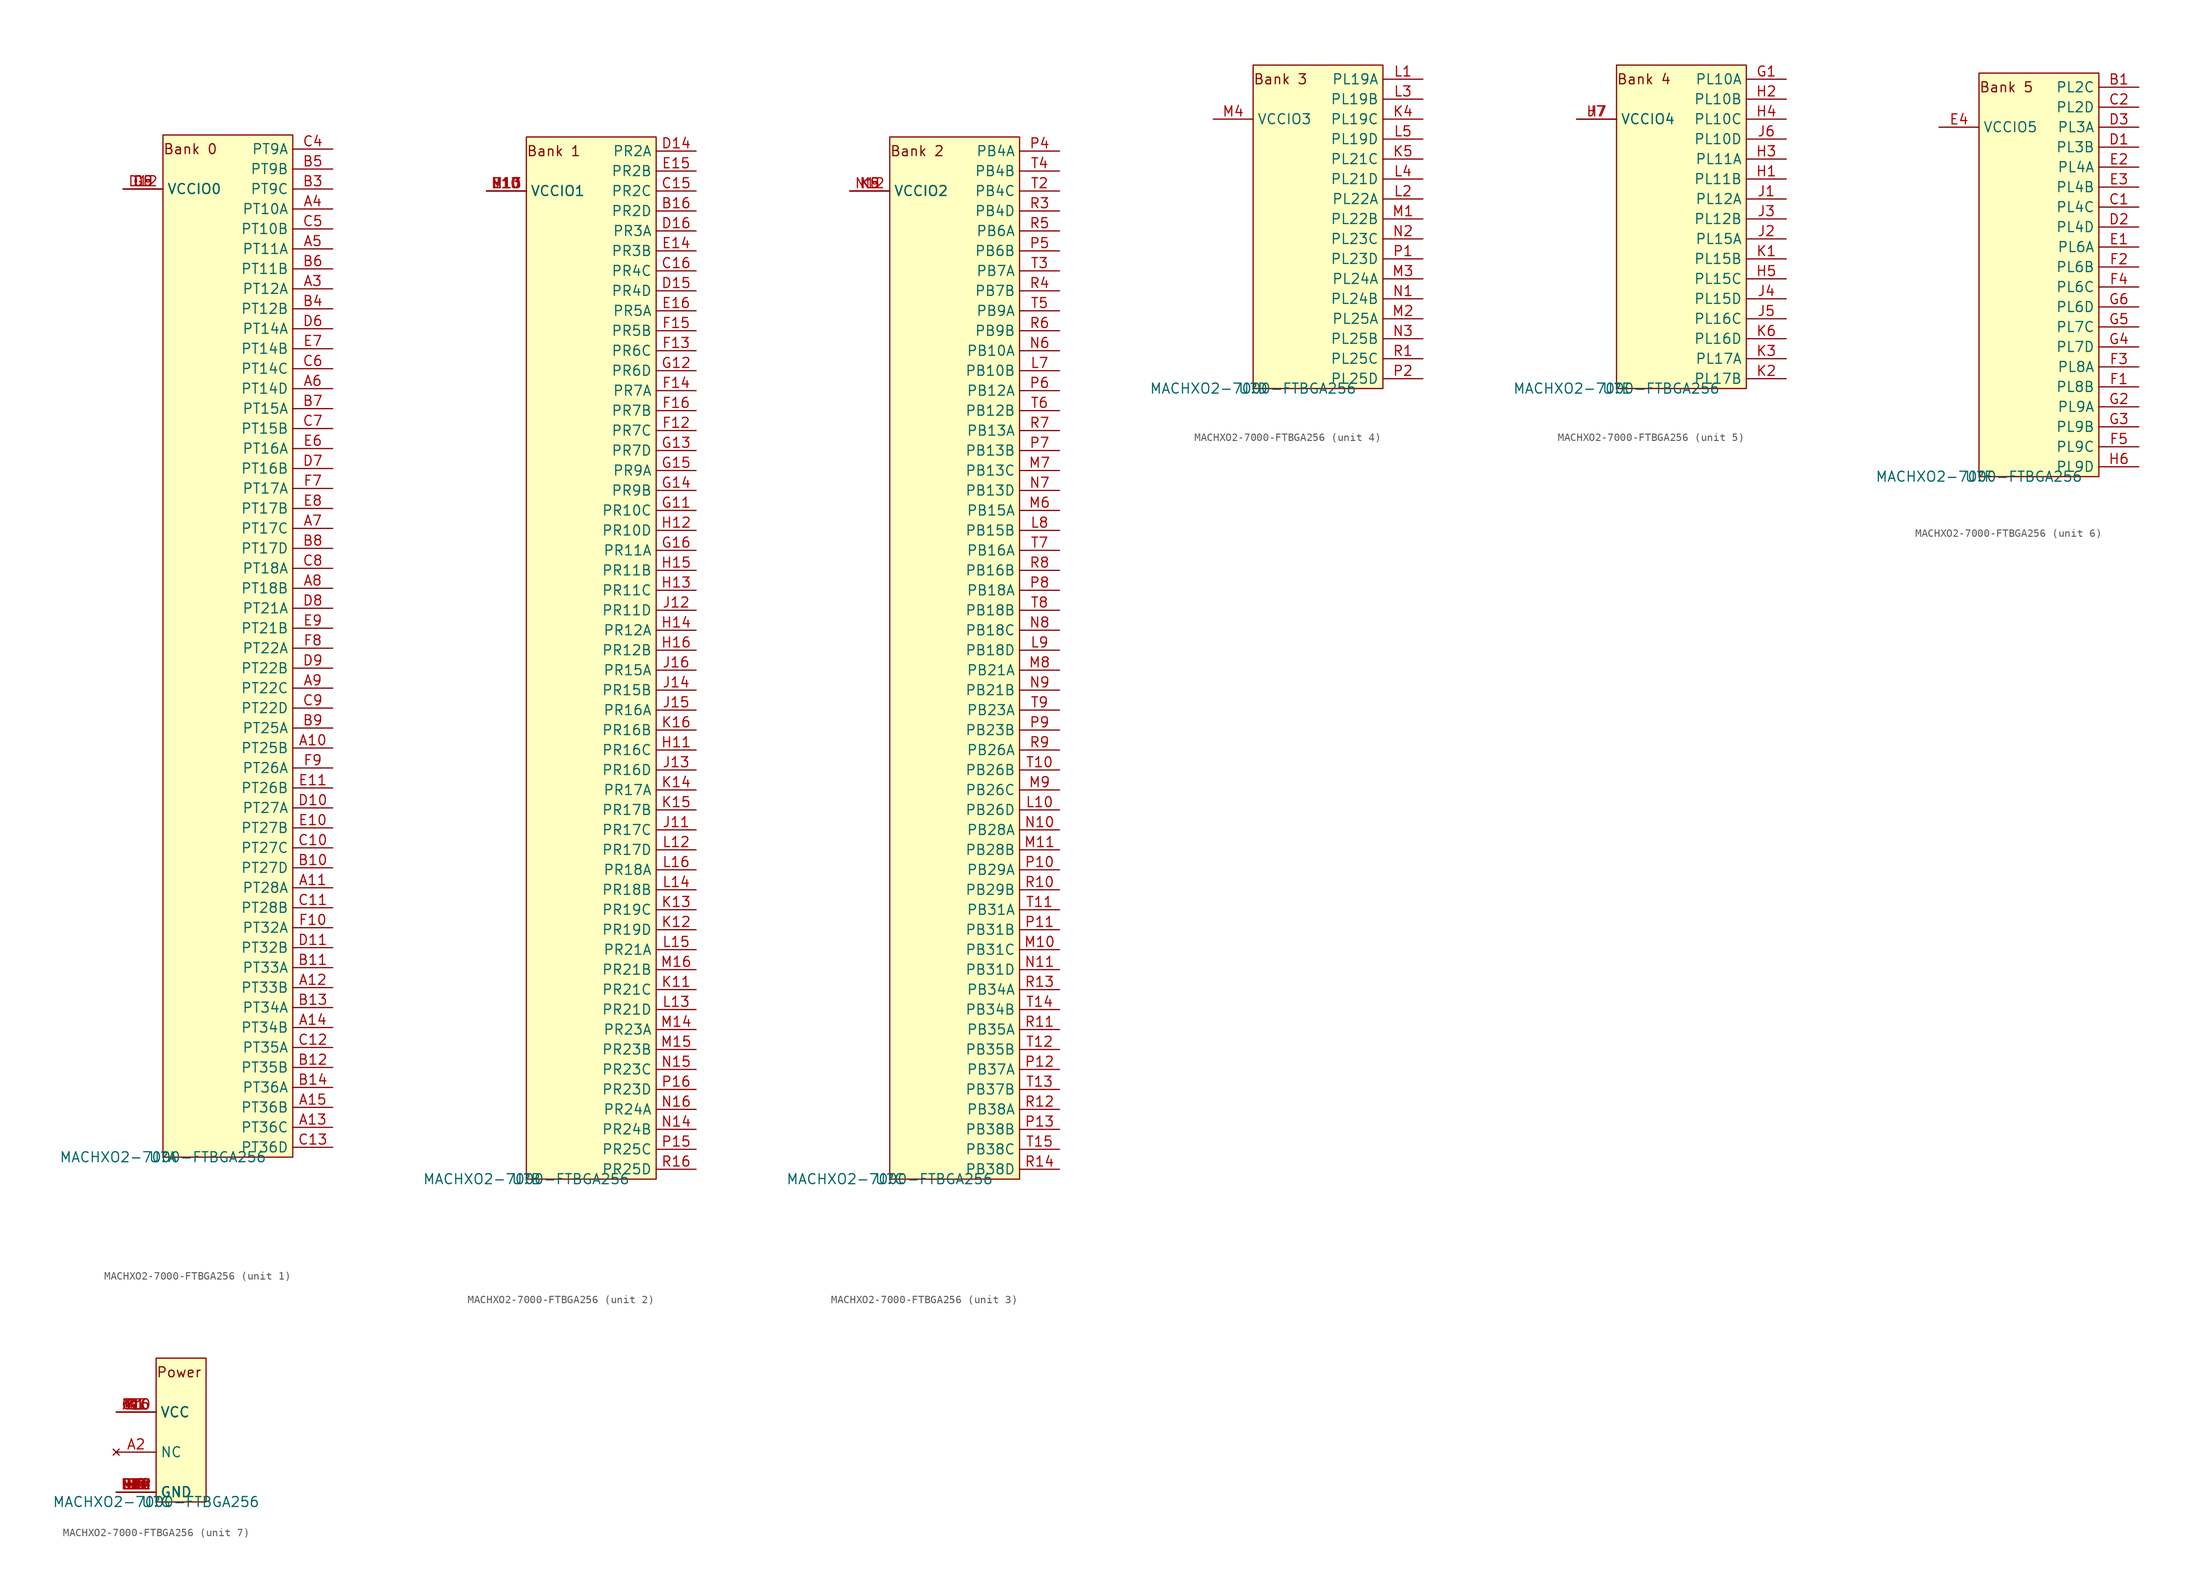
<source format=kicad_sym>
(kicad_symbol_lib
  (version 20211014)
  (generator kicad_symbol_editor)
  (symbol "MACHXO2-7000-FTBGA256"
    (property "Reference" "U"
      (at 0 0 0)
      (effects (font (size 1.27 1.27))))
    (property "Value" "MACHXO2-7000-FTBGA256"
      (at 0 0 0)
      (effects (font (size 1.27 1.27))))
    (property "ki_locked" ""
      (at 0 0 0)
      (effects (font (size 1.27 1.27))))
    (symbol "MACHXO2-7000-FTBGA256_1_0"
      (pin power_in line (at -5.08 123.174 0) (length 5.08) (name "VCCIO0" (effects (font (size 1.27 1.27)))) (number "D5" (effects (font (size 1.27 1.27)))))
      (pin power_in line (at -5.08 123.174 0) (length 5.08) (name "VCCIO0" (effects (font (size 1.27 1.27)))) (number "G8" (effects (font (size 1.27 1.27)))))
      (pin power_in line (at -5.08 123.174 0) (length 5.08) (name "VCCIO0" (effects (font (size 1.27 1.27)))) (number "D12" (effects (font (size 1.27 1.27)))))
      (pin power_in line (at -5.08 123.174 0) (length 5.08) (name "VCCIO0" (effects (font (size 1.27 1.27)))) (number "G9" (effects (font (size 1.27 1.27)))))
      (pin bidirectional line (at 21.59 128.254 180) (length 5.08) (name "PT9A" (effects (font (size 1.27 1.27)))) (number "C4" (effects (font (size 1.27 1.27)))))
      (pin bidirectional line (at 21.59 125.714 180) (length 5.08) (name "PT9B" (effects (font (size 1.27 1.27)))) (number "B5" (effects (font (size 1.27 1.27)))))
      (pin bidirectional line (at 21.59 123.174 180) (length 5.08) (name "PT9C" (effects (font (size 1.27 1.27)))) (number "B3" (effects (font (size 1.27 1.27)))))
      (pin bidirectional line (at 21.59 120.634 180) (length 5.08) (name "PT10A" (effects (font (size 1.27 1.27)))) (number "A4" (effects (font (size 1.27 1.27)))))
      (pin bidirectional line (at 21.59 118.094 180) (length 5.08) (name "PT10B" (effects (font (size 1.27 1.27)))) (number "C5" (effects (font (size 1.27 1.27)))))
      (pin bidirectional line (at 21.59 115.554 180) (length 5.08) (name "PT11A" (effects (font (size 1.27 1.27)))) (number "A5" (effects (font (size 1.27 1.27)))))
      (pin bidirectional line (at 21.59 113.014 180) (length 5.08) (name "PT11B" (effects (font (size 1.27 1.27)))) (number "B6" (effects (font (size 1.27 1.27)))))
      (pin bidirectional line (at 21.59 110.474 180) (length 5.08) (name "PT12A" (effects (font (size 1.27 1.27)))) (number "A3" (effects (font (size 1.27 1.27)))))
      (pin bidirectional line (at 21.59 107.934 180) (length 5.08) (name "PT12B" (effects (font (size 1.27 1.27)))) (number "B4" (effects (font (size 1.27 1.27)))))
      (pin bidirectional line (at 21.59 105.394 180) (length 5.08) (name "PT14A" (effects (font (size 1.27 1.27)))) (number "D6" (effects (font (size 1.27 1.27)))))
      (pin bidirectional line (at 21.59 102.854 180) (length 5.08) (name "PT14B" (effects (font (size 1.27 1.27)))) (number "E7" (effects (font (size 1.27 1.27)))))
      (pin bidirectional line (at 21.59 100.314 180) (length 5.08) (name "PT14C" (effects (font (size 1.27 1.27)))) (number "C6" (effects (font (size 1.27 1.27)))))
      (pin bidirectional line (at 21.59 97.774 180) (length 5.08) (name "PT14D" (effects (font (size 1.27 1.27)))) (number "A6" (effects (font (size 1.27 1.27)))))
      (pin bidirectional line (at 21.59 95.234 180) (length 5.08) (name "PT15A" (effects (font (size 1.27 1.27)))) (number "B7" (effects (font (size 1.27 1.27)))))
      (pin bidirectional line (at 21.59 92.694 180) (length 5.08) (name "PT15B" (effects (font (size 1.27 1.27)))) (number "C7" (effects (font (size 1.27 1.27)))))
      (pin bidirectional line (at 21.59 90.154 180) (length 5.08) (name "PT16A" (effects (font (size 1.27 1.27)))) (number "E6" (effects (font (size 1.27 1.27)))))
      (pin bidirectional line (at 21.59 87.614 180) (length 5.08) (name "PT16B" (effects (font (size 1.27 1.27)))) (number "D7" (effects (font (size 1.27 1.27)))))
      (pin bidirectional line (at 21.59 85.074 180) (length 5.08) (name "PT17A" (effects (font (size 1.27 1.27)))) (number "F7" (effects (font (size 1.27 1.27)))))
      (pin bidirectional line (at 21.59 82.534 180) (length 5.08) (name "PT17B" (effects (font (size 1.27 1.27)))) (number "E8" (effects (font (size 1.27 1.27)))))
      (pin bidirectional line (at 21.59 79.994 180) (length 5.08) (name "PT17C" (effects (font (size 1.27 1.27)))) (number "A7" (effects (font (size 1.27 1.27)))))
      (pin bidirectional line (at 21.59 77.454 180) (length 5.08) (name "PT17D" (effects (font (size 1.27 1.27)))) (number "B8" (effects (font (size 1.27 1.27)))))
      (pin bidirectional line (at 21.59 74.914 180) (length 5.08) (name "PT18A" (effects (font (size 1.27 1.27)))) (number "C8" (effects (font (size 1.27 1.27)))))
      (pin bidirectional line (at 21.59 72.374 180) (length 5.08) (name "PT18B" (effects (font (size 1.27 1.27)))) (number "A8" (effects (font (size 1.27 1.27)))))
      (pin bidirectional line (at 21.59 69.834 180) (length 5.08) (name "PT21A" (effects (font (size 1.27 1.27)))) (number "D8" (effects (font (size 1.27 1.27)))))
      (pin bidirectional line (at 21.59 67.294 180) (length 5.08) (name "PT21B" (effects (font (size 1.27 1.27)))) (number "E9" (effects (font (size 1.27 1.27)))))
      (pin bidirectional line (at 21.59 64.754 180) (length 5.08) (name "PT22A" (effects (font (size 1.27 1.27)))) (number "F8" (effects (font (size 1.27 1.27)))))
      (pin bidirectional line (at 21.59 62.214 180) (length 5.08) (name "PT22B" (effects (font (size 1.27 1.27)))) (number "D9" (effects (font (size 1.27 1.27)))))
      (pin bidirectional line (at 21.59 59.674 180) (length 5.08) (name "PT22C" (effects (font (size 1.27 1.27)))) (number "A9" (effects (font (size 1.27 1.27)))))
      (pin bidirectional line (at 21.59 57.134 180) (length 5.08) (name "PT22D" (effects (font (size 1.27 1.27)))) (number "C9" (effects (font (size 1.27 1.27)))))
      (pin bidirectional line (at 21.59 54.594 180) (length 5.08) (name "PT25A" (effects (font (size 1.27 1.27)))) (number "B9" (effects (font (size 1.27 1.27)))))
      (pin bidirectional line (at 21.59 52.054 180) (length 5.08) (name "PT25B" (effects (font (size 1.27 1.27)))) (number "A10" (effects (font (size 1.27 1.27)))))
      (pin bidirectional line (at 21.59 49.514 180) (length 5.08) (name "PT26A" (effects (font (size 1.27 1.27)))) (number "F9" (effects (font (size 1.27 1.27)))))
      (pin bidirectional line (at 21.59 46.974 180) (length 5.08) (name "PT26B" (effects (font (size 1.27 1.27)))) (number "E11" (effects (font (size 1.27 1.27)))))
      (pin bidirectional line (at 21.59 44.434 180) (length 5.08) (name "PT27A" (effects (font (size 1.27 1.27)))) (number "D10" (effects (font (size 1.27 1.27)))))
      (pin bidirectional line (at 21.59 41.894 180) (length 5.08) (name "PT27B" (effects (font (size 1.27 1.27)))) (number "E10" (effects (font (size 1.27 1.27)))))
      (pin bidirectional line (at 21.59 39.354 180) (length 5.08) (name "PT27C" (effects (font (size 1.27 1.27)))) (number "C10" (effects (font (size 1.27 1.27)))))
      (pin bidirectional line (at 21.59 36.814 180) (length 5.08) (name "PT27D" (effects (font (size 1.27 1.27)))) (number "B10" (effects (font (size 1.27 1.27)))))
      (pin bidirectional line (at 21.59 34.274 180) (length 5.08) (name "PT28A" (effects (font (size 1.27 1.27)))) (number "A11" (effects (font (size 1.27 1.27)))))
      (pin bidirectional line (at 21.59 31.734 180) (length 5.08) (name "PT28B" (effects (font (size 1.27 1.27)))) (number "C11" (effects (font (size 1.27 1.27)))))
      (pin bidirectional line (at 21.59 29.194 180) (length 5.08) (name "PT32A" (effects (font (size 1.27 1.27)))) (number "F10" (effects (font (size 1.27 1.27)))))
      (pin bidirectional line (at 21.59 26.654 180) (length 5.08) (name "PT32B" (effects (font (size 1.27 1.27)))) (number "D11" (effects (font (size 1.27 1.27)))))
      (pin bidirectional line (at 21.59 24.114 180) (length 5.08) (name "PT33A" (effects (font (size 1.27 1.27)))) (number "B11" (effects (font (size 1.27 1.27)))))
      (pin bidirectional line (at 21.59 21.574 180) (length 5.08) (name "PT33B" (effects (font (size 1.27 1.27)))) (number "A12" (effects (font (size 1.27 1.27)))))
      (pin bidirectional line (at 21.59 19.034 180) (length 5.08) (name "PT34A" (effects (font (size 1.27 1.27)))) (number "B13" (effects (font (size 1.27 1.27)))))
      (pin bidirectional line (at 21.59 16.494 180) (length 5.08) (name "PT34B" (effects (font (size 1.27 1.27)))) (number "A14" (effects (font (size 1.27 1.27)))))
      (pin bidirectional line (at 21.59 13.954 180) (length 5.08) (name "PT35A" (effects (font (size 1.27 1.27)))) (number "C12" (effects (font (size 1.27 1.27)))))
      (pin bidirectional line (at 21.59 11.414 180) (length 5.08) (name "PT35B" (effects (font (size 1.27 1.27)))) (number "B12" (effects (font (size 1.27 1.27)))))
      (pin bidirectional line (at 21.59 8.874 180) (length 5.08) (name "PT36A" (effects (font (size 1.27 1.27)))) (number "B14" (effects (font (size 1.27 1.27)))))
      (pin bidirectional line (at 21.59 6.334 180) (length 5.08) (name "PT36B" (effects (font (size 1.27 1.27)))) (number "A15" (effects (font (size 1.27 1.27)))))
      (pin bidirectional line (at 21.59 3.794 180) (length 5.08) (name "PT36C" (effects (font (size 1.27 1.27)))) (number "A13" (effects (font (size 1.27 1.27)))))
      (pin bidirectional line (at 21.59 1.254 180) (length 5.08) (name "PT36D" (effects (font (size 1.27 1.27)))) (number "C13" (effects (font (size 1.27 1.27))))))
    (symbol "MACHXO2-7000-FTBGA256_1_1"
      (rectangle (start 0 0) (end 16.51 130.048) (stroke (width 0) (type default) (color 0 0 0 0)) (fill (type background)))
      (text "Bank 0" (at 0 128.254 0) (effects (font (size 1.27 1.27)) (justify left))))
    (symbol "MACHXO2-7000-FTBGA256_2_0"
      (pin power_in line (at -5.08 125.714 0) (length 5.08) (name "VCCIO1" (effects (font (size 1.27 1.27)))) (number "E13" (effects (font (size 1.27 1.27)))))
      (pin power_in line (at -5.08 125.714 0) (length 5.08) (name "VCCIO1" (effects (font (size 1.27 1.27)))) (number "H10" (effects (font (size 1.27 1.27)))))
      (pin power_in line (at -5.08 125.714 0) (length 5.08) (name "VCCIO1" (effects (font (size 1.27 1.27)))) (number "J10" (effects (font (size 1.27 1.27)))))
      (pin power_in line (at -5.08 125.714 0) (length 5.08) (name "VCCIO1" (effects (font (size 1.27 1.27)))) (number "M13" (effects (font (size 1.27 1.27)))))
      (pin bidirectional line (at 21.59 130.794 180) (length 5.08) (name "PR2A" (effects (font (size 1.27 1.27)))) (number "D14" (effects (font (size 1.27 1.27)))))
      (pin bidirectional line (at 21.59 128.254 180) (length 5.08) (name "PR2B" (effects (font (size 1.27 1.27)))) (number "E15" (effects (font (size 1.27 1.27)))))
      (pin bidirectional line (at 21.59 125.714 180) (length 5.08) (name "PR2C" (effects (font (size 1.27 1.27)))) (number "C15" (effects (font (size 1.27 1.27)))))
      (pin bidirectional line (at 21.59 123.174 180) (length 5.08) (name "PR2D" (effects (font (size 1.27 1.27)))) (number "B16" (effects (font (size 1.27 1.27)))))
      (pin bidirectional line (at 21.59 120.634 180) (length 5.08) (name "PR3A" (effects (font (size 1.27 1.27)))) (number "D16" (effects (font (size 1.27 1.27)))))
      (pin bidirectional line (at 21.59 118.094 180) (length 5.08) (name "PR3B" (effects (font (size 1.27 1.27)))) (number "E14" (effects (font (size 1.27 1.27)))))
      (pin bidirectional line (at 21.59 115.554 180) (length 5.08) (name "PR4C" (effects (font (size 1.27 1.27)))) (number "C16" (effects (font (size 1.27 1.27)))))
      (pin bidirectional line (at 21.59 113.014 180) (length 5.08) (name "PR4D" (effects (font (size 1.27 1.27)))) (number "D15" (effects (font (size 1.27 1.27)))))
      (pin bidirectional line (at 21.59 110.474 180) (length 5.08) (name "PR5A" (effects (font (size 1.27 1.27)))) (number "E16" (effects (font (size 1.27 1.27)))))
      (pin bidirectional line (at 21.59 107.934 180) (length 5.08) (name "PR5B" (effects (font (size 1.27 1.27)))) (number "F15" (effects (font (size 1.27 1.27)))))
      (pin bidirectional line (at 21.59 105.394 180) (length 5.08) (name "PR6C" (effects (font (size 1.27 1.27)))) (number "F13" (effects (font (size 1.27 1.27)))))
      (pin bidirectional line (at 21.59 102.854 180) (length 5.08) (name "PR6D" (effects (font (size 1.27 1.27)))) (number "G12" (effects (font (size 1.27 1.27)))))
      (pin bidirectional line (at 21.59 100.314 180) (length 5.08) (name "PR7A" (effects (font (size 1.27 1.27)))) (number "F14" (effects (font (size 1.27 1.27)))))
      (pin bidirectional line (at 21.59 97.774 180) (length 5.08) (name "PR7B" (effects (font (size 1.27 1.27)))) (number "F16" (effects (font (size 1.27 1.27)))))
      (pin bidirectional line (at 21.59 95.234 180) (length 5.08) (name "PR7C" (effects (font (size 1.27 1.27)))) (number "F12" (effects (font (size 1.27 1.27)))))
      (pin bidirectional line (at 21.59 92.694 180) (length 5.08) (name "PR7D" (effects (font (size 1.27 1.27)))) (number "G13" (effects (font (size 1.27 1.27)))))
      (pin bidirectional line (at 21.59 90.154 180) (length 5.08) (name "PR9A" (effects (font (size 1.27 1.27)))) (number "G15" (effects (font (size 1.27 1.27)))))
      (pin bidirectional line (at 21.59 87.614 180) (length 5.08) (name "PR9B" (effects (font (size 1.27 1.27)))) (number "G14" (effects (font (size 1.27 1.27)))))
      (pin bidirectional line (at 21.59 85.074 180) (length 5.08) (name "PR10C" (effects (font (size 1.27 1.27)))) (number "G11" (effects (font (size 1.27 1.27)))))
      (pin bidirectional line (at 21.59 82.534 180) (length 5.08) (name "PR10D" (effects (font (size 1.27 1.27)))) (number "H12" (effects (font (size 1.27 1.27)))))
      (pin bidirectional line (at 21.59 79.994 180) (length 5.08) (name "PR11A" (effects (font (size 1.27 1.27)))) (number "G16" (effects (font (size 1.27 1.27)))))
      (pin bidirectional line (at 21.59 77.454 180) (length 5.08) (name "PR11B" (effects (font (size 1.27 1.27)))) (number "H15" (effects (font (size 1.27 1.27)))))
      (pin bidirectional line (at 21.59 74.914 180) (length 5.08) (name "PR11C" (effects (font (size 1.27 1.27)))) (number "H13" (effects (font (size 1.27 1.27)))))
      (pin bidirectional line (at 21.59 72.374 180) (length 5.08) (name "PR11D" (effects (font (size 1.27 1.27)))) (number "J12" (effects (font (size 1.27 1.27)))))
      (pin bidirectional line (at 21.59 69.834 180) (length 5.08) (name "PR12A" (effects (font (size 1.27 1.27)))) (number "H14" (effects (font (size 1.27 1.27)))))
      (pin bidirectional line (at 21.59 67.294 180) (length 5.08) (name "PR12B" (effects (font (size 1.27 1.27)))) (number "H16" (effects (font (size 1.27 1.27)))))
      (pin bidirectional line (at 21.59 64.754 180) (length 5.08) (name "PR15A" (effects (font (size 1.27 1.27)))) (number "J16" (effects (font (size 1.27 1.27)))))
      (pin bidirectional line (at 21.59 62.214 180) (length 5.08) (name "PR15B" (effects (font (size 1.27 1.27)))) (number "J14" (effects (font (size 1.27 1.27)))))
      (pin bidirectional line (at 21.59 59.674 180) (length 5.08) (name "PR16A" (effects (font (size 1.27 1.27)))) (number "J15" (effects (font (size 1.27 1.27)))))
      (pin bidirectional line (at 21.59 57.134 180) (length 5.08) (name "PR16B" (effects (font (size 1.27 1.27)))) (number "K16" (effects (font (size 1.27 1.27)))))
      (pin bidirectional line (at 21.59 54.594 180) (length 5.08) (name "PR16C" (effects (font (size 1.27 1.27)))) (number "H11" (effects (font (size 1.27 1.27)))))
      (pin bidirectional line (at 21.59 52.054 180) (length 5.08) (name "PR16D" (effects (font (size 1.27 1.27)))) (number "J13" (effects (font (size 1.27 1.27)))))
      (pin bidirectional line (at 21.59 49.514 180) (length 5.08) (name "PR17A" (effects (font (size 1.27 1.27)))) (number "K14" (effects (font (size 1.27 1.27)))))
      (pin bidirectional line (at 21.59 46.974 180) (length 5.08) (name "PR17B" (effects (font (size 1.27 1.27)))) (number "K15" (effects (font (size 1.27 1.27)))))
      (pin bidirectional line (at 21.59 44.434 180) (length 5.08) (name "PR17C" (effects (font (size 1.27 1.27)))) (number "J11" (effects (font (size 1.27 1.27)))))
      (pin bidirectional line (at 21.59 41.894 180) (length 5.08) (name "PR17D" (effects (font (size 1.27 1.27)))) (number "L12" (effects (font (size 1.27 1.27)))))
      (pin bidirectional line (at 21.59 39.354 180) (length 5.08) (name "PR18A" (effects (font (size 1.27 1.27)))) (number "L16" (effects (font (size 1.27 1.27)))))
      (pin bidirectional line (at 21.59 36.814 180) (length 5.08) (name "PR18B" (effects (font (size 1.27 1.27)))) (number "L14" (effects (font (size 1.27 1.27)))))
      (pin bidirectional line (at 21.59 34.274 180) (length 5.08) (name "PR19C" (effects (font (size 1.27 1.27)))) (number "K13" (effects (font (size 1.27 1.27)))))
      (pin bidirectional line (at 21.59 31.734 180) (length 5.08) (name "PR19D" (effects (font (size 1.27 1.27)))) (number "K12" (effects (font (size 1.27 1.27)))))
      (pin bidirectional line (at 21.59 29.194 180) (length 5.08) (name "PR21A" (effects (font (size 1.27 1.27)))) (number "L15" (effects (font (size 1.27 1.27)))))
      (pin bidirectional line (at 21.59 26.654 180) (length 5.08) (name "PR21B" (effects (font (size 1.27 1.27)))) (number "M16" (effects (font (size 1.27 1.27)))))
      (pin bidirectional line (at 21.59 24.114 180) (length 5.08) (name "PR21C" (effects (font (size 1.27 1.27)))) (number "K11" (effects (font (size 1.27 1.27)))))
      (pin bidirectional line (at 21.59 21.574 180) (length 5.08) (name "PR21D" (effects (font (size 1.27 1.27)))) (number "L13" (effects (font (size 1.27 1.27)))))
      (pin bidirectional line (at 21.59 19.034 180) (length 5.08) (name "PR23A" (effects (font (size 1.27 1.27)))) (number "M14" (effects (font (size 1.27 1.27)))))
      (pin bidirectional line (at 21.59 16.494 180) (length 5.08) (name "PR23B" (effects (font (size 1.27 1.27)))) (number "M15" (effects (font (size 1.27 1.27)))))
      (pin bidirectional line (at 21.59 13.954 180) (length 5.08) (name "PR23C" (effects (font (size 1.27 1.27)))) (number "N15" (effects (font (size 1.27 1.27)))))
      (pin bidirectional line (at 21.59 11.414 180) (length 5.08) (name "PR23D" (effects (font (size 1.27 1.27)))) (number "P16" (effects (font (size 1.27 1.27)))))
      (pin bidirectional line (at 21.59 8.874 180) (length 5.08) (name "PR24A" (effects (font (size 1.27 1.27)))) (number "N16" (effects (font (size 1.27 1.27)))))
      (pin bidirectional line (at 21.59 6.334 180) (length 5.08) (name "PR24B" (effects (font (size 1.27 1.27)))) (number "N14" (effects (font (size 1.27 1.27)))))
      (pin bidirectional line (at 21.59 3.794 180) (length 5.08) (name "PR25C" (effects (font (size 1.27 1.27)))) (number "P15" (effects (font (size 1.27 1.27)))))
      (pin bidirectional line (at 21.59 1.254 180) (length 5.08) (name "PR25D" (effects (font (size 1.27 1.27)))) (number "R16" (effects (font (size 1.27 1.27))))))
    (symbol "MACHXO2-7000-FTBGA256_2_1"
      (rectangle (start 0 0) (end 16.51 132.588) (stroke (width 0) (type default) (color 0 0 0 0)) (fill (type background)))
      (text "Bank 1" (at 0 130.794 0) (effects (font (size 1.27 1.27)) (justify left))))
    (symbol "MACHXO2-7000-FTBGA256_3_0"
      (pin power_in line (at -5.08 125.714 0) (length 5.08) (name "VCCIO2" (effects (font (size 1.27 1.27)))) (number "K9" (effects (font (size 1.27 1.27)))))
      (pin power_in line (at -5.08 125.714 0) (length 5.08) (name "VCCIO2" (effects (font (size 1.27 1.27)))) (number "N12" (effects (font (size 1.27 1.27)))))
      (pin power_in line (at -5.08 125.714 0) (length 5.08) (name "VCCIO2" (effects (font (size 1.27 1.27)))) (number "K8" (effects (font (size 1.27 1.27)))))
      (pin power_in line (at -5.08 125.714 0) (length 5.08) (name "VCCIO2" (effects (font (size 1.27 1.27)))) (number "N5" (effects (font (size 1.27 1.27)))))
      (pin bidirectional line (at 21.59 130.794 180) (length 5.08) (name "PB4A" (effects (font (size 1.27 1.27)))) (number "P4" (effects (font (size 1.27 1.27)))))
      (pin bidirectional line (at 21.59 128.254 180) (length 5.08) (name "PB4B" (effects (font (size 1.27 1.27)))) (number "T4" (effects (font (size 1.27 1.27)))))
      (pin bidirectional line (at 21.59 125.714 180) (length 5.08) (name "PB4C" (effects (font (size 1.27 1.27)))) (number "T2" (effects (font (size 1.27 1.27)))))
      (pin bidirectional line (at 21.59 123.174 180) (length 5.08) (name "PB4D" (effects (font (size 1.27 1.27)))) (number "R3" (effects (font (size 1.27 1.27)))))
      (pin bidirectional line (at 21.59 120.634 180) (length 5.08) (name "PB6A" (effects (font (size 1.27 1.27)))) (number "R5" (effects (font (size 1.27 1.27)))))
      (pin bidirectional line (at 21.59 118.094 180) (length 5.08) (name "PB6B" (effects (font (size 1.27 1.27)))) (number "P5" (effects (font (size 1.27 1.27)))))
      (pin bidirectional line (at 21.59 115.554 180) (length 5.08) (name "PB7A" (effects (font (size 1.27 1.27)))) (number "T3" (effects (font (size 1.27 1.27)))))
      (pin bidirectional line (at 21.59 113.014 180) (length 5.08) (name "PB7B" (effects (font (size 1.27 1.27)))) (number "R4" (effects (font (size 1.27 1.27)))))
      (pin bidirectional line (at 21.59 110.474 180) (length 5.08) (name "PB9A" (effects (font (size 1.27 1.27)))) (number "T5" (effects (font (size 1.27 1.27)))))
      (pin bidirectional line (at 21.59 107.934 180) (length 5.08) (name "PB9B" (effects (font (size 1.27 1.27)))) (number "R6" (effects (font (size 1.27 1.27)))))
      (pin bidirectional line (at 21.59 105.394 180) (length 5.08) (name "PB10A" (effects (font (size 1.27 1.27)))) (number "N6" (effects (font (size 1.27 1.27)))))
      (pin bidirectional line (at 21.59 102.854 180) (length 5.08) (name "PB10B" (effects (font (size 1.27 1.27)))) (number "L7" (effects (font (size 1.27 1.27)))))
      (pin bidirectional line (at 21.59 100.314 180) (length 5.08) (name "PB12A" (effects (font (size 1.27 1.27)))) (number "P6" (effects (font (size 1.27 1.27)))))
      (pin bidirectional line (at 21.59 97.774 180) (length 5.08) (name "PB12B" (effects (font (size 1.27 1.27)))) (number "T6" (effects (font (size 1.27 1.27)))))
      (pin bidirectional line (at 21.59 95.234 180) (length 5.08) (name "PB13A" (effects (font (size 1.27 1.27)))) (number "R7" (effects (font (size 1.27 1.27)))))
      (pin bidirectional line (at 21.59 92.694 180) (length 5.08) (name "PB13B" (effects (font (size 1.27 1.27)))) (number "P7" (effects (font (size 1.27 1.27)))))
      (pin bidirectional line (at 21.59 90.154 180) (length 5.08) (name "PB13C" (effects (font (size 1.27 1.27)))) (number "M7" (effects (font (size 1.27 1.27)))))
      (pin bidirectional line (at 21.59 87.614 180) (length 5.08) (name "PB13D" (effects (font (size 1.27 1.27)))) (number "N7" (effects (font (size 1.27 1.27)))))
      (pin bidirectional line (at 21.59 85.074 180) (length 5.08) (name "PB15A" (effects (font (size 1.27 1.27)))) (number "M6" (effects (font (size 1.27 1.27)))))
      (pin bidirectional line (at 21.59 82.534 180) (length 5.08) (name "PB15B" (effects (font (size 1.27 1.27)))) (number "L8" (effects (font (size 1.27 1.27)))))
      (pin bidirectional line (at 21.59 79.994 180) (length 5.08) (name "PB16A" (effects (font (size 1.27 1.27)))) (number "T7" (effects (font (size 1.27 1.27)))))
      (pin bidirectional line (at 21.59 77.454 180) (length 5.08) (name "PB16B" (effects (font (size 1.27 1.27)))) (number "R8" (effects (font (size 1.27 1.27)))))
      (pin bidirectional line (at 21.59 74.914 180) (length 5.08) (name "PB18A" (effects (font (size 1.27 1.27)))) (number "P8" (effects (font (size 1.27 1.27)))))
      (pin bidirectional line (at 21.59 72.374 180) (length 5.08) (name "PB18B" (effects (font (size 1.27 1.27)))) (number "T8" (effects (font (size 1.27 1.27)))))
      (pin bidirectional line (at 21.59 69.834 180) (length 5.08) (name "PB18C" (effects (font (size 1.27 1.27)))) (number "N8" (effects (font (size 1.27 1.27)))))
      (pin bidirectional line (at 21.59 67.294 180) (length 5.08) (name "PB18D" (effects (font (size 1.27 1.27)))) (number "L9" (effects (font (size 1.27 1.27)))))
      (pin bidirectional line (at 21.59 64.754 180) (length 5.08) (name "PB21A" (effects (font (size 1.27 1.27)))) (number "M8" (effects (font (size 1.27 1.27)))))
      (pin bidirectional line (at 21.59 62.214 180) (length 5.08) (name "PB21B" (effects (font (size 1.27 1.27)))) (number "N9" (effects (font (size 1.27 1.27)))))
      (pin bidirectional line (at 21.59 59.674 180) (length 5.08) (name "PB23A" (effects (font (size 1.27 1.27)))) (number "T9" (effects (font (size 1.27 1.27)))))
      (pin bidirectional line (at 21.59 57.134 180) (length 5.08) (name "PB23B" (effects (font (size 1.27 1.27)))) (number "P9" (effects (font (size 1.27 1.27)))))
      (pin bidirectional line (at 21.59 54.594 180) (length 5.08) (name "PB26A" (effects (font (size 1.27 1.27)))) (number "R9" (effects (font (size 1.27 1.27)))))
      (pin bidirectional line (at 21.59 52.054 180) (length 5.08) (name "PB26B" (effects (font (size 1.27 1.27)))) (number "T10" (effects (font (size 1.27 1.27)))))
      (pin bidirectional line (at 21.59 49.514 180) (length 5.08) (name "PB26C" (effects (font (size 1.27 1.27)))) (number "M9" (effects (font (size 1.27 1.27)))))
      (pin bidirectional line (at 21.59 46.974 180) (length 5.08) (name "PB26D" (effects (font (size 1.27 1.27)))) (number "L10" (effects (font (size 1.27 1.27)))))
      (pin bidirectional line (at 21.59 44.434 180) (length 5.08) (name "PB28A" (effects (font (size 1.27 1.27)))) (number "N10" (effects (font (size 1.27 1.27)))))
      (pin bidirectional line (at 21.59 41.894 180) (length 5.08) (name "PB28B" (effects (font (size 1.27 1.27)))) (number "M11" (effects (font (size 1.27 1.27)))))
      (pin bidirectional line (at 21.59 39.354 180) (length 5.08) (name "PB29A" (effects (font (size 1.27 1.27)))) (number "P10" (effects (font (size 1.27 1.27)))))
      (pin bidirectional line (at 21.59 36.814 180) (length 5.08) (name "PB29B" (effects (font (size 1.27 1.27)))) (number "R10" (effects (font (size 1.27 1.27)))))
      (pin bidirectional line (at 21.59 34.274 180) (length 5.08) (name "PB31A" (effects (font (size 1.27 1.27)))) (number "T11" (effects (font (size 1.27 1.27)))))
      (pin bidirectional line (at 21.59 31.734 180) (length 5.08) (name "PB31B" (effects (font (size 1.27 1.27)))) (number "P11" (effects (font (size 1.27 1.27)))))
      (pin bidirectional line (at 21.59 29.194 180) (length 5.08) (name "PB31C" (effects (font (size 1.27 1.27)))) (number "M10" (effects (font (size 1.27 1.27)))))
      (pin bidirectional line (at 21.59 26.654 180) (length 5.08) (name "PB31D" (effects (font (size 1.27 1.27)))) (number "N11" (effects (font (size 1.27 1.27)))))
      (pin bidirectional line (at 21.59 24.114 180) (length 5.08) (name "PB34A" (effects (font (size 1.27 1.27)))) (number "R13" (effects (font (size 1.27 1.27)))))
      (pin bidirectional line (at 21.59 21.574 180) (length 5.08) (name "PB34B" (effects (font (size 1.27 1.27)))) (number "T14" (effects (font (size 1.27 1.27)))))
      (pin bidirectional line (at 21.59 19.034 180) (length 5.08) (name "PB35A" (effects (font (size 1.27 1.27)))) (number "R11" (effects (font (size 1.27 1.27)))))
      (pin bidirectional line (at 21.59 16.494 180) (length 5.08) (name "PB35B" (effects (font (size 1.27 1.27)))) (number "T12" (effects (font (size 1.27 1.27)))))
      (pin bidirectional line (at 21.59 13.954 180) (length 5.08) (name "PB37A" (effects (font (size 1.27 1.27)))) (number "P12" (effects (font (size 1.27 1.27)))))
      (pin bidirectional line (at 21.59 11.414 180) (length 5.08) (name "PB37B" (effects (font (size 1.27 1.27)))) (number "T13" (effects (font (size 1.27 1.27)))))
      (pin bidirectional line (at 21.59 8.874 180) (length 5.08) (name "PB38A" (effects (font (size 1.27 1.27)))) (number "R12" (effects (font (size 1.27 1.27)))))
      (pin bidirectional line (at 21.59 6.334 180) (length 5.08) (name "PB38B" (effects (font (size 1.27 1.27)))) (number "P13" (effects (font (size 1.27 1.27)))))
      (pin bidirectional line (at 21.59 3.794 180) (length 5.08) (name "PB38C" (effects (font (size 1.27 1.27)))) (number "T15" (effects (font (size 1.27 1.27)))))
      (pin bidirectional line (at 21.59 1.254 180) (length 5.08) (name "PB38D" (effects (font (size 1.27 1.27)))) (number "R14" (effects (font (size 1.27 1.27))))))
    (symbol "MACHXO2-7000-FTBGA256_3_1"
      (rectangle (start 0 0) (end 16.51 132.588) (stroke (width 0) (type default) (color 0 0 0 0)) (fill (type background)))
      (text "Bank 2" (at 0 130.794 0) (effects (font (size 1.27 1.27)) (justify left))))
    (symbol "MACHXO2-7000-FTBGA256_4_0"
      (pin power_in line (at -5.08 34.274 0) (length 5.08) (name "VCCIO3" (effects (font (size 1.27 1.27)))) (number "M4" (effects (font (size 1.27 1.27)))))
      (pin bidirectional line (at 21.59 39.354 180) (length 5.08) (name "PL19A" (effects (font (size 1.27 1.27)))) (number "L1" (effects (font (size 1.27 1.27)))))
      (pin bidirectional line (at 21.59 36.814 180) (length 5.08) (name "PL19B" (effects (font (size 1.27 1.27)))) (number "L3" (effects (font (size 1.27 1.27)))))
      (pin bidirectional line (at 21.59 34.274 180) (length 5.08) (name "PL19C" (effects (font (size 1.27 1.27)))) (number "K4" (effects (font (size 1.27 1.27)))))
      (pin bidirectional line (at 21.59 31.734 180) (length 5.08) (name "PL19D" (effects (font (size 1.27 1.27)))) (number "L5" (effects (font (size 1.27 1.27)))))
      (pin bidirectional line (at 21.59 29.194 180) (length 5.08) (name "PL21C" (effects (font (size 1.27 1.27)))) (number "K5" (effects (font (size 1.27 1.27)))))
      (pin bidirectional line (at 21.59 26.654 180) (length 5.08) (name "PL21D" (effects (font (size 1.27 1.27)))) (number "L4" (effects (font (size 1.27 1.27)))))
      (pin bidirectional line (at 21.59 24.114 180) (length 5.08) (name "PL22A" (effects (font (size 1.27 1.27)))) (number "L2" (effects (font (size 1.27 1.27)))))
      (pin bidirectional line (at 21.59 21.574 180) (length 5.08) (name "PL22B" (effects (font (size 1.27 1.27)))) (number "M1" (effects (font (size 1.27 1.27)))))
      (pin bidirectional line (at 21.59 19.034 180) (length 5.08) (name "PL23C" (effects (font (size 1.27 1.27)))) (number "N2" (effects (font (size 1.27 1.27)))))
      (pin bidirectional line (at 21.59 16.494 180) (length 5.08) (name "PL23D" (effects (font (size 1.27 1.27)))) (number "P1" (effects (font (size 1.27 1.27)))))
      (pin bidirectional line (at 21.59 13.954 180) (length 5.08) (name "PL24A" (effects (font (size 1.27 1.27)))) (number "M3" (effects (font (size 1.27 1.27)))))
      (pin bidirectional line (at 21.59 11.414 180) (length 5.08) (name "PL24B" (effects (font (size 1.27 1.27)))) (number "N1" (effects (font (size 1.27 1.27)))))
      (pin bidirectional line (at 21.59 8.874 180) (length 5.08) (name "PL25A" (effects (font (size 1.27 1.27)))) (number "M2" (effects (font (size 1.27 1.27)))))
      (pin bidirectional line (at 21.59 6.334 180) (length 5.08) (name "PL25B" (effects (font (size 1.27 1.27)))) (number "N3" (effects (font (size 1.27 1.27)))))
      (pin bidirectional line (at 21.59 3.794 180) (length 5.08) (name "PL25C" (effects (font (size 1.27 1.27)))) (number "R1" (effects (font (size 1.27 1.27)))))
      (pin bidirectional line (at 21.59 1.254 180) (length 5.08) (name "PL25D" (effects (font (size 1.27 1.27)))) (number "P2" (effects (font (size 1.27 1.27))))))
    (symbol "MACHXO2-7000-FTBGA256_4_1"
      (rectangle (start 0 0) (end 16.51 41.148) (stroke (width 0) (type default) (color 0 0 0 0)) (fill (type background)))
      (text "Bank 3" (at 0 39.354 0) (effects (font (size 1.27 1.27)) (justify left))))
    (symbol "MACHXO2-7000-FTBGA256_5_0"
      (pin power_in line (at -5.08 34.274 0) (length 5.08) (name "VCCIO4" (effects (font (size 1.27 1.27)))) (number "J7" (effects (font (size 1.27 1.27)))))
      (pin power_in line (at -5.08 34.274 0) (length 5.08) (name "VCCIO4" (effects (font (size 1.27 1.27)))) (number "H7" (effects (font (size 1.27 1.27)))))
      (pin bidirectional line (at 21.59 39.354 180) (length 5.08) (name "PL10A" (effects (font (size 1.27 1.27)))) (number "G1" (effects (font (size 1.27 1.27)))))
      (pin bidirectional line (at 21.59 36.814 180) (length 5.08) (name "PL10B" (effects (font (size 1.27 1.27)))) (number "H2" (effects (font (size 1.27 1.27)))))
      (pin bidirectional line (at 21.59 34.274 180) (length 5.08) (name "PL10C" (effects (font (size 1.27 1.27)))) (number "H4" (effects (font (size 1.27 1.27)))))
      (pin bidirectional line (at 21.59 31.734 180) (length 5.08) (name "PL10D" (effects (font (size 1.27 1.27)))) (number "J6" (effects (font (size 1.27 1.27)))))
      (pin bidirectional line (at 21.59 29.194 180) (length 5.08) (name "PL11A" (effects (font (size 1.27 1.27)))) (number "H3" (effects (font (size 1.27 1.27)))))
      (pin bidirectional line (at 21.59 26.654 180) (length 5.08) (name "PL11B" (effects (font (size 1.27 1.27)))) (number "H1" (effects (font (size 1.27 1.27)))))
      (pin bidirectional line (at 21.59 24.114 180) (length 5.08) (name "PL12A" (effects (font (size 1.27 1.27)))) (number "J1" (effects (font (size 1.27 1.27)))))
      (pin bidirectional line (at 21.59 21.574 180) (length 5.08) (name "PL12B" (effects (font (size 1.27 1.27)))) (number "J3" (effects (font (size 1.27 1.27)))))
      (pin bidirectional line (at 21.59 19.034 180) (length 5.08) (name "PL15A" (effects (font (size 1.27 1.27)))) (number "J2" (effects (font (size 1.27 1.27)))))
      (pin bidirectional line (at 21.59 16.494 180) (length 5.08) (name "PL15B" (effects (font (size 1.27 1.27)))) (number "K1" (effects (font (size 1.27 1.27)))))
      (pin bidirectional line (at 21.59 13.954 180) (length 5.08) (name "PL15C" (effects (font (size 1.27 1.27)))) (number "H5" (effects (font (size 1.27 1.27)))))
      (pin bidirectional line (at 21.59 11.414 180) (length 5.08) (name "PL15D" (effects (font (size 1.27 1.27)))) (number "J4" (effects (font (size 1.27 1.27)))))
      (pin bidirectional line (at 21.59 8.874 180) (length 5.08) (name "PL16C" (effects (font (size 1.27 1.27)))) (number "J5" (effects (font (size 1.27 1.27)))))
      (pin bidirectional line (at 21.59 6.334 180) (length 5.08) (name "PL16D" (effects (font (size 1.27 1.27)))) (number "K6" (effects (font (size 1.27 1.27)))))
      (pin bidirectional line (at 21.59 3.794 180) (length 5.08) (name "PL17A" (effects (font (size 1.27 1.27)))) (number "K3" (effects (font (size 1.27 1.27)))))
      (pin bidirectional line (at 21.59 1.254 180) (length 5.08) (name "PL17B" (effects (font (size 1.27 1.27)))) (number "K2" (effects (font (size 1.27 1.27))))))
    (symbol "MACHXO2-7000-FTBGA256_5_1"
      (rectangle (start 0 0) (end 16.51 41.148) (stroke (width 0) (type default) (color 0 0 0 0)) (fill (type background)))
      (text "Bank 4" (at 0 39.354 0) (effects (font (size 1.27 1.27)) (justify left))))
    (symbol "MACHXO2-7000-FTBGA256_6_0"
      (pin power_in line (at -5.08 44.434 0) (length 5.08) (name "VCCIO5" (effects (font (size 1.27 1.27)))) (number "E4" (effects (font (size 1.27 1.27)))))
      (pin bidirectional line (at 20.32 49.514 180) (length 5.08) (name "PL2C" (effects (font (size 1.27 1.27)))) (number "B1" (effects (font (size 1.27 1.27)))))
      (pin bidirectional line (at 20.32 46.974 180) (length 5.08) (name "PL2D" (effects (font (size 1.27 1.27)))) (number "C2" (effects (font (size 1.27 1.27)))))
      (pin bidirectional line (at 20.32 44.434 180) (length 5.08) (name "PL3A" (effects (font (size 1.27 1.27)))) (number "D3" (effects (font (size 1.27 1.27)))))
      (pin bidirectional line (at 20.32 41.894 180) (length 5.08) (name "PL3B" (effects (font (size 1.27 1.27)))) (number "D1" (effects (font (size 1.27 1.27)))))
      (pin bidirectional line (at 20.32 39.354 180) (length 5.08) (name "PL4A" (effects (font (size 1.27 1.27)))) (number "E2" (effects (font (size 1.27 1.27)))))
      (pin bidirectional line (at 20.32 36.814 180) (length 5.08) (name "PL4B" (effects (font (size 1.27 1.27)))) (number "E3" (effects (font (size 1.27 1.27)))))
      (pin bidirectional line (at 20.32 34.274 180) (length 5.08) (name "PL4C" (effects (font (size 1.27 1.27)))) (number "C1" (effects (font (size 1.27 1.27)))))
      (pin bidirectional line (at 20.32 31.734 180) (length 5.08) (name "PL4D" (effects (font (size 1.27 1.27)))) (number "D2" (effects (font (size 1.27 1.27)))))
      (pin bidirectional line (at 20.32 29.194 180) (length 5.08) (name "PL6A" (effects (font (size 1.27 1.27)))) (number "E1" (effects (font (size 1.27 1.27)))))
      (pin bidirectional line (at 20.32 26.654 180) (length 5.08) (name "PL6B" (effects (font (size 1.27 1.27)))) (number "F2" (effects (font (size 1.27 1.27)))))
      (pin bidirectional line (at 20.32 24.114 180) (length 5.08) (name "PL6C" (effects (font (size 1.27 1.27)))) (number "F4" (effects (font (size 1.27 1.27)))))
      (pin bidirectional line (at 20.32 21.574 180) (length 5.08) (name "PL6D" (effects (font (size 1.27 1.27)))) (number "G6" (effects (font (size 1.27 1.27)))))
      (pin bidirectional line (at 20.32 19.034 180) (length 5.08) (name "PL7C" (effects (font (size 1.27 1.27)))) (number "G5" (effects (font (size 1.27 1.27)))))
      (pin bidirectional line (at 20.32 16.494 180) (length 5.08) (name "PL7D" (effects (font (size 1.27 1.27)))) (number "G4" (effects (font (size 1.27 1.27)))))
      (pin bidirectional line (at 20.32 13.954 180) (length 5.08) (name "PL8A" (effects (font (size 1.27 1.27)))) (number "F3" (effects (font (size 1.27 1.27)))))
      (pin bidirectional line (at 20.32 11.414 180) (length 5.08) (name "PL8B" (effects (font (size 1.27 1.27)))) (number "F1" (effects (font (size 1.27 1.27)))))
      (pin bidirectional line (at 20.32 8.874 180) (length 5.08) (name "PL9A" (effects (font (size 1.27 1.27)))) (number "G2" (effects (font (size 1.27 1.27)))))
      (pin bidirectional line (at 20.32 6.334 180) (length 5.08) (name "PL9B" (effects (font (size 1.27 1.27)))) (number "G3" (effects (font (size 1.27 1.27)))))
      (pin bidirectional line (at 20.32 3.794 180) (length 5.08) (name "PL9C" (effects (font (size 1.27 1.27)))) (number "F5" (effects (font (size 1.27 1.27)))))
      (pin bidirectional line (at 20.32 1.254 180) (length 5.08) (name "PL9D" (effects (font (size 1.27 1.27)))) (number "H6" (effects (font (size 1.27 1.27))))))
    (symbol "MACHXO2-7000-FTBGA256_6_1"
      (rectangle (start 0 0) (end 15.24 51.308) (stroke (width 0) (type default) (color 0 0 0 0)) (fill (type background)))
      (text "Bank 5" (at 0 49.514 0) (effects (font (size 1.27 1.27)) (justify left))))
    (symbol "MACHXO2-7000-FTBGA256_7_0"
      (pin power_in line (at -5.08 11.414 0) (length 5.08) (name "VCC" (effects (font (size 1.27 1.27)))) (number "A1" (effects (font (size 1.27 1.27)))))
      (pin power_in line (at -5.08 11.414 0) (length 5.08) (name "VCC" (effects (font (size 1.27 1.27)))) (number "A16" (effects (font (size 1.27 1.27)))))
      (pin power_in line (at -5.08 11.414 0) (length 5.08) (name "VCC" (effects (font (size 1.27 1.27)))) (number "T1" (effects (font (size 1.27 1.27)))))
      (pin power_in line (at -5.08 11.414 0) (length 5.08) (name "VCC" (effects (font (size 1.27 1.27)))) (number "T16" (effects (font (size 1.27 1.27)))))
      (pin power_in line (at -5.08 11.414 0) (length 5.08) (name "VCC" (effects (font (size 1.27 1.27)))) (number "G7" (effects (font (size 1.27 1.27)))))
      (pin power_in line (at -5.08 11.414 0) (length 5.08) (name "VCC" (effects (font (size 1.27 1.27)))) (number "G10" (effects (font (size 1.27 1.27)))))
      (pin power_in line (at -5.08 11.414 0) (length 5.08) (name "VCC" (effects (font (size 1.27 1.27)))) (number "K7" (effects (font (size 1.27 1.27)))))
      (pin power_in line (at -5.08 11.414 0) (length 5.08) (name "VCC" (effects (font (size 1.27 1.27)))) (number "K10" (effects (font (size 1.27 1.27)))))
      (pin no_connect line (at -5.08 6.334 0) (length 5.08) (name "NC" (effects (font (size 1.27 1.27)))) (number "A2" (effects (font (size 1.27 1.27)))))
      (pin power_in line (at -5.08 1.254 0) (length 5.08) (name "GND" (effects (font (size 1.27 1.27)))) (number "B2" (effects (font (size 1.27 1.27)))))
      (pin power_in line (at -5.08 1.254 0) (length 5.08) (name "GND" (effects (font (size 1.27 1.27)))) (number "B15" (effects (font (size 1.27 1.27)))))
      (pin power_in line (at -5.08 1.254 0) (length 5.08) (name "GND" (effects (font (size 1.27 1.27)))) (number "C3" (effects (font (size 1.27 1.27)))))
      (pin power_in line (at -5.08 1.254 0) (length 5.08) (name "GND" (effects (font (size 1.27 1.27)))) (number "C14" (effects (font (size 1.27 1.27)))))
      (pin power_in line (at -5.08 1.254 0) (length 5.08) (name "GND" (effects (font (size 1.27 1.27)))) (number "D4" (effects (font (size 1.27 1.27)))))
      (pin power_in line (at -5.08 1.254 0) (length 5.08) (name "GND" (effects (font (size 1.27 1.27)))) (number "D13" (effects (font (size 1.27 1.27)))))
      (pin power_in line (at -5.08 1.254 0) (length 5.08) (name "GND" (effects (font (size 1.27 1.27)))) (number "E5" (effects (font (size 1.27 1.27)))))
      (pin power_in line (at -5.08 1.254 0) (length 5.08) (name "GND" (effects (font (size 1.27 1.27)))) (number "E12" (effects (font (size 1.27 1.27)))))
      (pin power_in line (at -5.08 1.254 0) (length 5.08) (name "GND" (effects (font (size 1.27 1.27)))) (number "F6" (effects (font (size 1.27 1.27)))))
      (pin power_in line (at -5.08 1.254 0) (length 5.08) (name "GND" (effects (font (size 1.27 1.27)))) (number "F11" (effects (font (size 1.27 1.27)))))
      (pin power_in line (at -5.08 1.254 0) (length 5.08) (name "GND" (effects (font (size 1.27 1.27)))) (number "H8" (effects (font (size 1.27 1.27)))))
      (pin power_in line (at -5.08 1.254 0) (length 5.08) (name "GND" (effects (font (size 1.27 1.27)))) (number "H9" (effects (font (size 1.27 1.27)))))
      (pin power_in line (at -5.08 1.254 0) (length 5.08) (name "GND" (effects (font (size 1.27 1.27)))) (number "J8" (effects (font (size 1.27 1.27)))))
      (pin power_in line (at -5.08 1.254 0) (length 5.08) (name "GND" (effects (font (size 1.27 1.27)))) (number "J9" (effects (font (size 1.27 1.27)))))
      (pin power_in line (at -5.08 1.254 0) (length 5.08) (name "GND" (effects (font (size 1.27 1.27)))) (number "L6" (effects (font (size 1.27 1.27)))))
      (pin power_in line (at -5.08 1.254 0) (length 5.08) (name "GND" (effects (font (size 1.27 1.27)))) (number "L11" (effects (font (size 1.27 1.27)))))
      (pin power_in line (at -5.08 1.254 0) (length 5.08) (name "GND" (effects (font (size 1.27 1.27)))) (number "M5" (effects (font (size 1.27 1.27)))))
      (pin power_in line (at -5.08 1.254 0) (length 5.08) (name "GND" (effects (font (size 1.27 1.27)))) (number "M12" (effects (font (size 1.27 1.27)))))
      (pin power_in line (at -5.08 1.254 0) (length 5.08) (name "GND" (effects (font (size 1.27 1.27)))) (number "N4" (effects (font (size 1.27 1.27)))))
      (pin power_in line (at -5.08 1.254 0) (length 5.08) (name "GND" (effects (font (size 1.27 1.27)))) (number "N13" (effects (font (size 1.27 1.27)))))
      (pin power_in line (at -5.08 1.254 0) (length 5.08) (name "GND" (effects (font (size 1.27 1.27)))) (number "P3" (effects (font (size 1.27 1.27)))))
      (pin power_in line (at -5.08 1.254 0) (length 5.08) (name "GND" (effects (font (size 1.27 1.27)))) (number "P14" (effects (font (size 1.27 1.27)))))
      (pin power_in line (at -5.08 1.254 0) (length 5.08) (name "GND" (effects (font (size 1.27 1.27)))) (number "R2" (effects (font (size 1.27 1.27)))))
      (pin power_in line (at -5.08 1.254 0) (length 5.08) (name "GND" (effects (font (size 1.27 1.27)))) (number "R15" (effects (font (size 1.27 1.27))))))
    (symbol "MACHXO2-7000-FTBGA256_7_1"
      (rectangle (start 0 0) (end 6.35 18.288) (stroke (width 0) (type default) (color 0 0 0 0)) (fill (type background)))
      (text "Power" (at 0 16.494 0) (effects (font (size 1.27 1.27)) (justify left))))))
</source>
